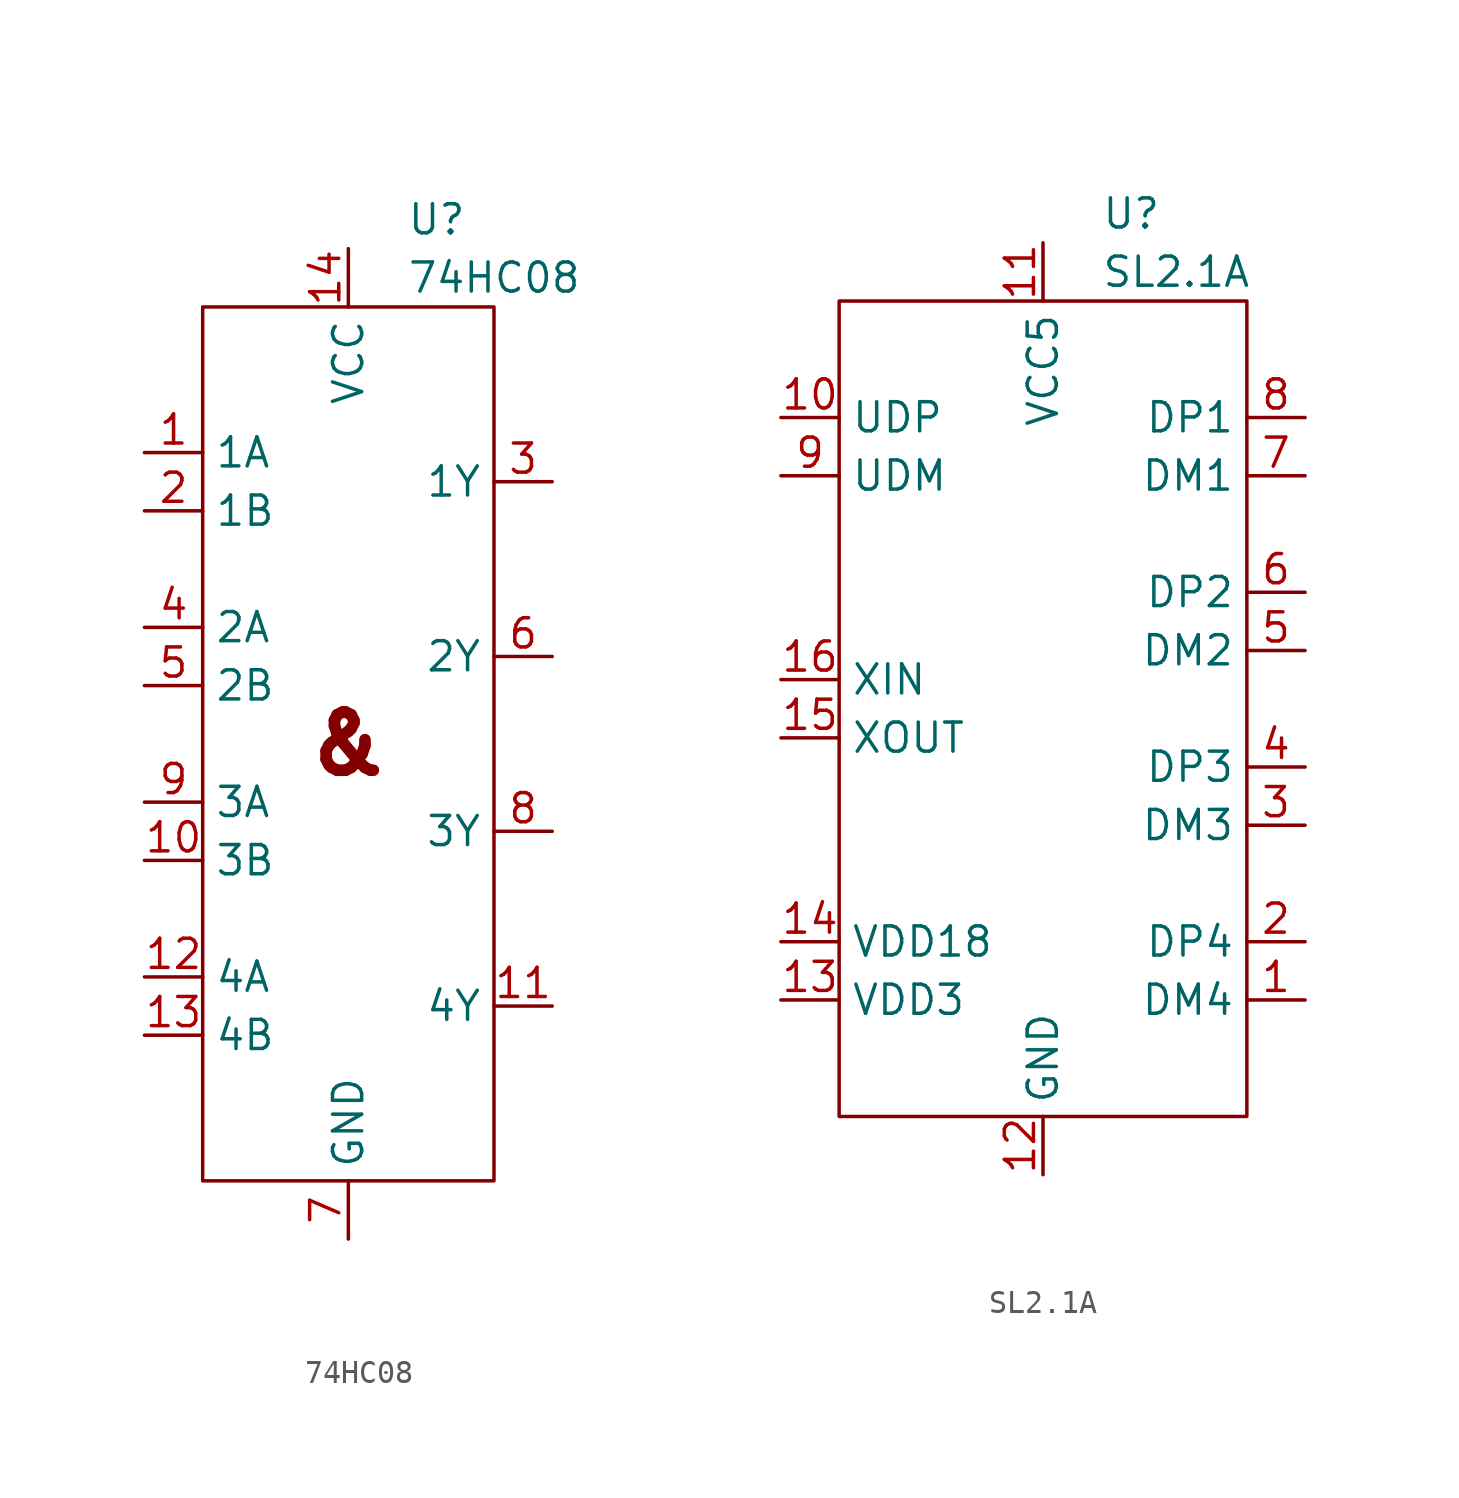
<source format=kicad_sym>
(kicad_symbol_lib
  (version 20211014)
  (generator kicad_symbol_editor)
  (symbol "74HC08"
    (property "Reference" "U"
      (at 2.54 22.86 0)
      (effects (font (size 1.27 1.27)) (justify left)))
    (property "Value" "74HC08"
      (at 2.54 20.32 0)
      (effects (font (size 1.27 1.27)) (justify left)))
    (symbol "74HC08_0_0"
      (rectangle (start -6.35 19.05) (end 6.35 -19.05) (stroke (width 0.152) (type default) (color 0 0 0 0)) (fill (type none)))
      (text "&" (at 0 0 0) (effects (font (size 2.54 2.54) bold))))
    (symbol "74HC08_1_1"
      (pin input line (at -8.89 12.7 0) (length 2.54) (name "1A" (effects (font (size 1.27 1.27)))) (number "1" (effects (font (size 1.27 1.27)))))
      (pin input line (at -8.89 -5.08 0) (length 2.54) (name "3B" (effects (font (size 1.27 1.27)))) (number "10" (effects (font (size 1.27 1.27)))))
      (pin output line (at 8.89 -11.43 180) (length 2.54) (name "4Y" (effects (font (size 1.27 1.27)))) (number "11" (effects (font (size 1.27 1.27)))))
      (pin input line (at -8.89 -10.16 0) (length 2.54) (name "4A" (effects (font (size 1.27 1.27)))) (number "12" (effects (font (size 1.27 1.27)))))
      (pin input line (at -8.89 -12.7 0) (length 2.54) (name "4B" (effects (font (size 1.27 1.27)))) (number "13" (effects (font (size 1.27 1.27)))))
      (pin power_in line (at 0 21.59 270) (length 2.54) (name "VCC" (effects (font (size 1.27 1.27)))) (number "14" (effects (font (size 1.27 1.27)))))
      (pin input line (at -8.89 10.16 0) (length 2.54) (name "1B" (effects (font (size 1.27 1.27)))) (number "2" (effects (font (size 1.27 1.27)))))
      (pin output line (at 8.89 11.43 180) (length 2.54) (name "1Y" (effects (font (size 1.27 1.27)))) (number "3" (effects (font (size 1.27 1.27)))))
      (pin input line (at -8.89 5.08 0) (length 2.54) (name "2A" (effects (font (size 1.27 1.27)))) (number "4" (effects (font (size 1.27 1.27)))))
      (pin input line (at -8.89 2.54 0) (length 2.54) (name "2B" (effects (font (size 1.27 1.27)))) (number "5" (effects (font (size 1.27 1.27)))))
      (pin output line (at 8.89 3.81 180) (length 2.54) (name "2Y" (effects (font (size 1.27 1.27)))) (number "6" (effects (font (size 1.27 1.27)))))
      (pin power_in line (at 0 -21.59 90) (length 2.54) (name "GND" (effects (font (size 1.27 1.27)))) (number "7" (effects (font (size 1.27 1.27)))))
      (pin output line (at 8.89 -3.81 180) (length 2.54) (name "3Y" (effects (font (size 1.27 1.27)))) (number "8" (effects (font (size 1.27 1.27)))))
      (pin input line (at -8.89 -2.54 0) (length 2.54) (name "3A" (effects (font (size 1.27 1.27)))) (number "9" (effects (font (size 1.27 1.27)))))))
  (symbol "SL2.1A"
    (property "Reference" "U"
      (at 2.54 21.59 0)
      (effects (font (size 1.27 1.27)) (justify left)))
    (property "Value" "SL2.1A"
      (at 2.54 19.05 0)
      (effects (font (size 1.27 1.27)) (justify left)))
    (symbol "SL2.1A_0_1"
      (rectangle (start -8.89 17.78) (end 8.89 -17.78) (stroke (width 0.152) (type default) (color 0 0 0 0)) (fill (type none))))
    (symbol "SL2.1A_1_1"
      (pin bidirectional line (at 11.43 -12.7 180) (length 2.54) (name "DM4" (effects (font (size 1.27 1.27)))) (number "1" (effects (font (size 1.27 1.27)))))
      (pin bidirectional line (at -11.43 12.7 0) (length 2.54) (name "UDP" (effects (font (size 1.27 1.27)))) (number "10" (effects (font (size 1.27 1.27)))))
      (pin power_in line (at 0 20.32 270) (length 2.54) (name "VCC5" (effects (font (size 1.27 1.27)))) (number "11" (effects (font (size 1.27 1.27)))))
      (pin power_in line (at 0 -20.32 90) (length 2.54) (name "GND" (effects (font (size 1.27 1.27)))) (number "12" (effects (font (size 1.27 1.27)))))
      (pin power_out line (at -11.43 -12.7 0) (length 2.54) (name "VDD3" (effects (font (size 1.27 1.27)))) (number "13" (effects (font (size 1.27 1.27)))))
      (pin power_out line (at -11.43 -10.16 0) (length 2.54) (name "VDD18" (effects (font (size 1.27 1.27)))) (number "14" (effects (font (size 1.27 1.27)))))
      (pin output line (at -11.43 -1.27 0) (length 2.54) (name "XOUT" (effects (font (size 1.27 1.27)))) (number "15" (effects (font (size 1.27 1.27)))))
      (pin input line (at -11.43 1.27 0) (length 2.54) (name "XIN" (effects (font (size 1.27 1.27)))) (number "16" (effects (font (size 1.27 1.27)))))
      (pin bidirectional line (at 11.43 -10.16 180) (length 2.54) (name "DP4" (effects (font (size 1.27 1.27)))) (number "2" (effects (font (size 1.27 1.27)))))
      (pin bidirectional line (at 11.43 -5.08 180) (length 2.54) (name "DM3" (effects (font (size 1.27 1.27)))) (number "3" (effects (font (size 1.27 1.27)))))
      (pin bidirectional line (at 11.43 -2.54 180) (length 2.54) (name "DP3" (effects (font (size 1.27 1.27)))) (number "4" (effects (font (size 1.27 1.27)))))
      (pin bidirectional line (at 11.43 2.54 180) (length 2.54) (name "DM2" (effects (font (size 1.27 1.27)))) (number "5" (effects (font (size 1.27 1.27)))))
      (pin bidirectional line (at 11.43 5.08 180) (length 2.54) (name "DP2" (effects (font (size 1.27 1.27)))) (number "6" (effects (font (size 1.27 1.27)))))
      (pin bidirectional line (at 11.43 10.16 180) (length 2.54) (name "DM1" (effects (font (size 1.27 1.27)))) (number "7" (effects (font (size 1.27 1.27)))))
      (pin bidirectional line (at 11.43 12.7 180) (length 2.54) (name "DP1" (effects (font (size 1.27 1.27)))) (number "8" (effects (font (size 1.27 1.27)))))
      (pin bidirectional line (at -11.43 10.16 0) (length 2.54) (name "UDM" (effects (font (size 1.27 1.27)))) (number "9" (effects (font (size 1.27 1.27))))))))
</source>
